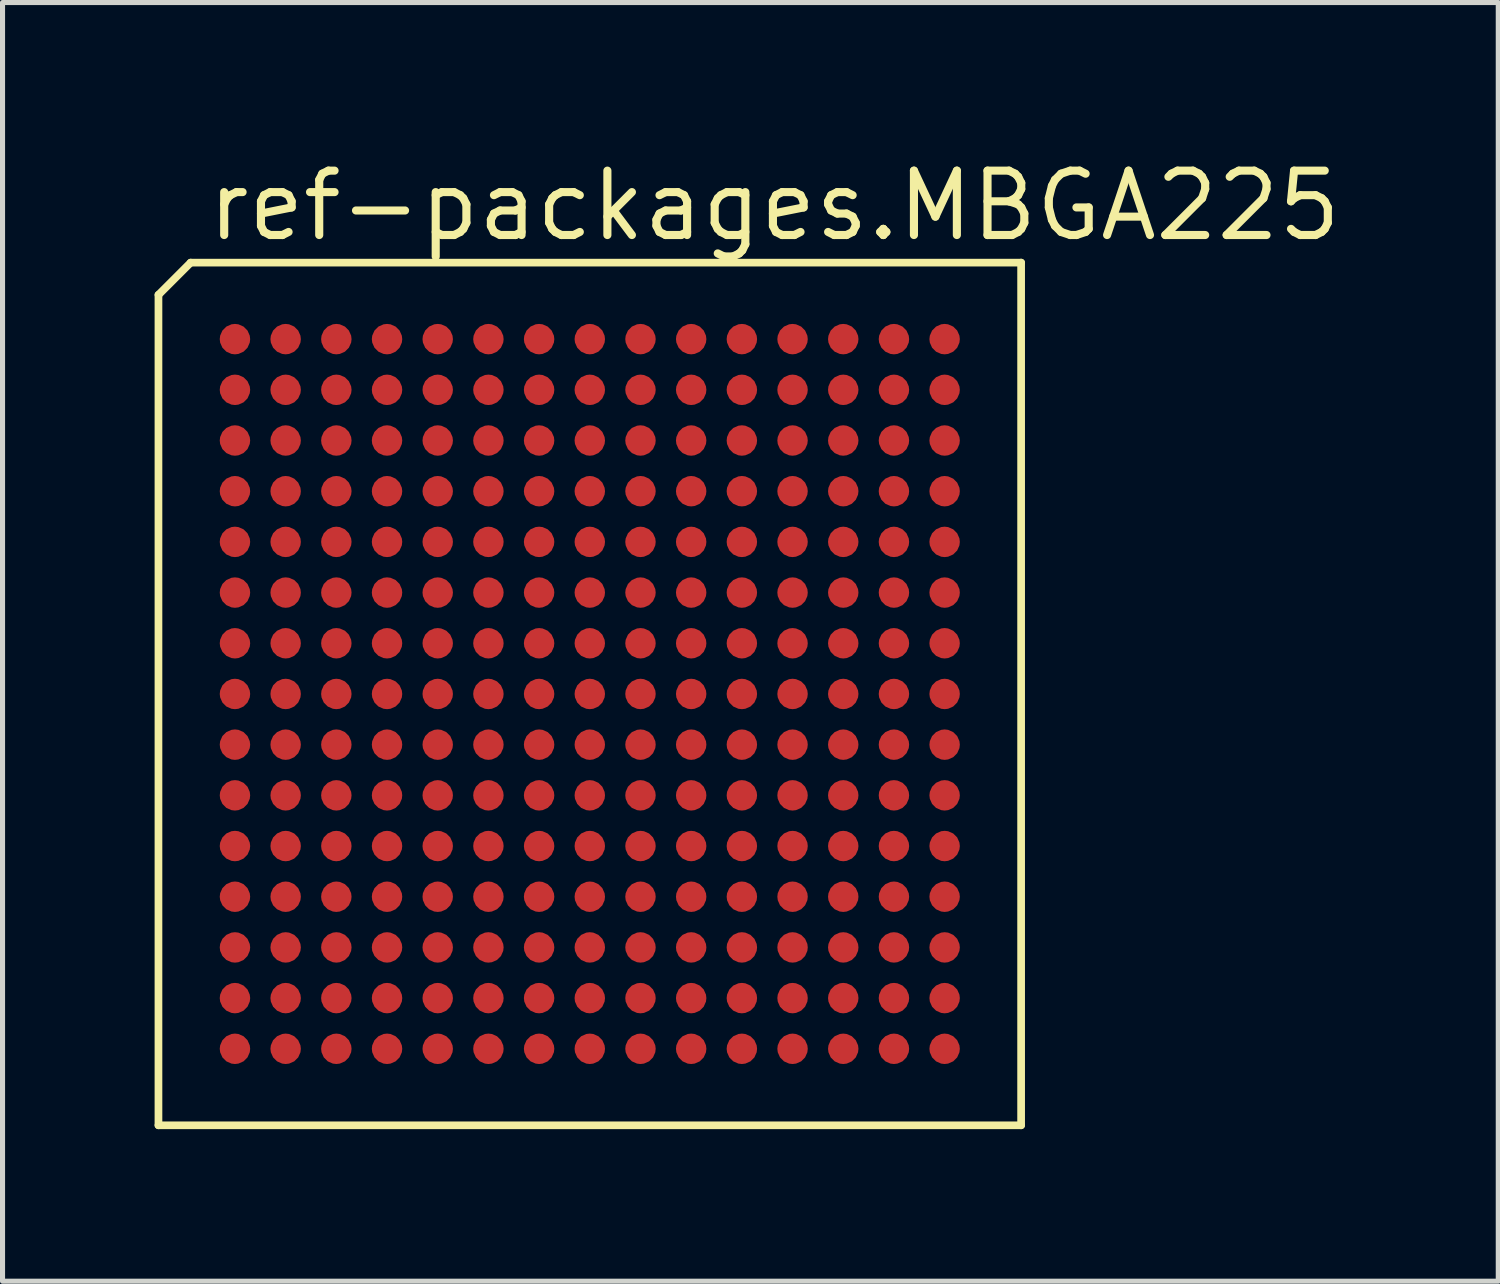
<source format=kicad_pcb>
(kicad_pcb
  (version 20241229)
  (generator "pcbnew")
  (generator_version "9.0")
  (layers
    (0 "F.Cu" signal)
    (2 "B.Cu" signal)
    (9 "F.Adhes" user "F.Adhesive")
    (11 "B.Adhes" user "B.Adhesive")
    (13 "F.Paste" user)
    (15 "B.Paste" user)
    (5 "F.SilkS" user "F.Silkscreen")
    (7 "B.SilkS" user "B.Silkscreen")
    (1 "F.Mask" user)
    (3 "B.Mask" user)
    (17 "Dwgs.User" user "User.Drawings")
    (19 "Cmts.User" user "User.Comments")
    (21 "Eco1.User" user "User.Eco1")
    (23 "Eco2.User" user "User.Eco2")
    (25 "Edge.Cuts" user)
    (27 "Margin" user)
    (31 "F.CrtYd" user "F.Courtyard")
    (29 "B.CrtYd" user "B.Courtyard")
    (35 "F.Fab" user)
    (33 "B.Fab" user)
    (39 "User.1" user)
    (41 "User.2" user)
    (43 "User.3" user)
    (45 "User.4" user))
  (footprint "ref-packages.MBGA225"
    (layer "F.Cu")
    (at 8.585 10.64)
    (property "Reference" "ref-packages.MBGA225" (at -7.62 -8.89 0) (layer "F.SilkS") (effects (font (size 1.27 1.27) (thickness 0.16)) (justify left bottom)))
    (attr smd)
    (fp_line (start -8.509 -7.874) (end -7.874 -8.509) (stroke (width 0.152) (type default)) (layer "F.SilkS"))
    (fp_line (start -8.509 8.509) (end -8.509 -7.874) (stroke (width 0.152) (type default)) (layer "F.SilkS"))
    (fp_line (start -7.874 -8.509) (end 8.509 -8.509) (stroke (width 0.152) (type default)) (layer "F.SilkS"))
    (fp_line (start 8.509 -8.509) (end 8.509 8.509) (stroke (width 0.152) (type default)) (layer "F.SilkS"))
    (fp_line (start 8.509 8.509) (end -8.509 8.509) (stroke (width 0.152) (type default)) (layer "F.SilkS"))
    (pad "A1" smd roundrect (at -7 -7) (size 0.6 0.6) (layers "F.Cu" "F.Mask" "F.Paste") (roundrect_rratio 0.5))
    (pad "A2" smd roundrect (at -6 -7) (size 0.6 0.6) (layers "F.Cu" "F.Mask" "F.Paste") (roundrect_rratio 0.5))
    (pad "A3" smd roundrect (at -5 -7) (size 0.6 0.6) (layers "F.Cu" "F.Mask" "F.Paste") (roundrect_rratio 0.5))
    (pad "A4" smd roundrect (at -4 -7) (size 0.6 0.6) (layers "F.Cu" "F.Mask" "F.Paste") (roundrect_rratio 0.5))
    (pad "A5" smd roundrect (at -3 -7) (size 0.6 0.6) (layers "F.Cu" "F.Mask" "F.Paste") (roundrect_rratio 0.5))
    (pad "A6" smd roundrect (at -2 -7) (size 0.6 0.6) (layers "F.Cu" "F.Mask" "F.Paste") (roundrect_rratio 0.5))
    (pad "A7" smd roundrect (at -1 -7) (size 0.6 0.6) (layers "F.Cu" "F.Mask" "F.Paste") (roundrect_rratio 0.5))
    (pad "A8" smd roundrect (at 0 -7) (size 0.6 0.6) (layers "F.Cu" "F.Mask" "F.Paste") (roundrect_rratio 0.5))
    (pad "A9" smd roundrect (at 1 -7) (size 0.6 0.6) (layers "F.Cu" "F.Mask" "F.Paste") (roundrect_rratio 0.5))
    (pad "A10" smd roundrect (at 2 -7) (size 0.6 0.6) (layers "F.Cu" "F.Mask" "F.Paste") (roundrect_rratio 0.5))
    (pad "A11" smd roundrect (at 3 -7) (size 0.6 0.6) (layers "F.Cu" "F.Mask" "F.Paste") (roundrect_rratio 0.5))
    (pad "A12" smd roundrect (at 4 -7) (size 0.6 0.6) (layers "F.Cu" "F.Mask" "F.Paste") (roundrect_rratio 0.5))
    (pad "A13" smd roundrect (at 5 -7) (size 0.6 0.6) (layers "F.Cu" "F.Mask" "F.Paste") (roundrect_rratio 0.5))
    (pad "A14" smd roundrect (at 6 -7) (size 0.6 0.6) (layers "F.Cu" "F.Mask" "F.Paste") (roundrect_rratio 0.5))
    (pad "A15" smd roundrect (at 7 -7) (size 0.6 0.6) (layers "F.Cu" "F.Mask" "F.Paste") (roundrect_rratio 0.5))
    (pad "B1" smd roundrect (at -7 -6) (size 0.6 0.6) (layers "F.Cu" "F.Mask" "F.Paste") (roundrect_rratio 0.5))
    (pad "B2" smd roundrect (at -6 -6) (size 0.6 0.6) (layers "F.Cu" "F.Mask" "F.Paste") (roundrect_rratio 0.5))
    (pad "B3" smd roundrect (at -5 -6) (size 0.6 0.6) (layers "F.Cu" "F.Mask" "F.Paste") (roundrect_rratio 0.5))
    (pad "B4" smd roundrect (at -4 -6) (size 0.6 0.6) (layers "F.Cu" "F.Mask" "F.Paste") (roundrect_rratio 0.5))
    (pad "B5" smd roundrect (at -3 -6) (size 0.6 0.6) (layers "F.Cu" "F.Mask" "F.Paste") (roundrect_rratio 0.5))
    (pad "B6" smd roundrect (at -2 -6) (size 0.6 0.6) (layers "F.Cu" "F.Mask" "F.Paste") (roundrect_rratio 0.5))
    (pad "B7" smd roundrect (at -1 -6) (size 0.6 0.6) (layers "F.Cu" "F.Mask" "F.Paste") (roundrect_rratio 0.5))
    (pad "B8" smd roundrect (at 0 -6) (size 0.6 0.6) (layers "F.Cu" "F.Mask" "F.Paste") (roundrect_rratio 0.5))
    (pad "B9" smd roundrect (at 1 -6) (size 0.6 0.6) (layers "F.Cu" "F.Mask" "F.Paste") (roundrect_rratio 0.5))
    (pad "B10" smd roundrect (at 2 -6) (size 0.6 0.6) (layers "F.Cu" "F.Mask" "F.Paste") (roundrect_rratio 0.5))
    (pad "B11" smd roundrect (at 3 -6) (size 0.6 0.6) (layers "F.Cu" "F.Mask" "F.Paste") (roundrect_rratio 0.5))
    (pad "B12" smd roundrect (at 4 -6) (size 0.6 0.6) (layers "F.Cu" "F.Mask" "F.Paste") (roundrect_rratio 0.5))
    (pad "B13" smd roundrect (at 5 -6) (size 0.6 0.6) (layers "F.Cu" "F.Mask" "F.Paste") (roundrect_rratio 0.5))
    (pad "B14" smd roundrect (at 6 -6) (size 0.6 0.6) (layers "F.Cu" "F.Mask" "F.Paste") (roundrect_rratio 0.5))
    (pad "B15" smd roundrect (at 7 -6) (size 0.6 0.6) (layers "F.Cu" "F.Mask" "F.Paste") (roundrect_rratio 0.5))
    (pad "C1" smd roundrect (at -7 -5) (size 0.6 0.6) (layers "F.Cu" "F.Mask" "F.Paste") (roundrect_rratio 0.5))
    (pad "C2" smd roundrect (at -6 -5) (size 0.6 0.6) (layers "F.Cu" "F.Mask" "F.Paste") (roundrect_rratio 0.5))
    (pad "C3" smd roundrect (at -5 -5) (size 0.6 0.6) (layers "F.Cu" "F.Mask" "F.Paste") (roundrect_rratio 0.5))
    (pad "C4" smd roundrect (at -4 -5) (size 0.6 0.6) (layers "F.Cu" "F.Mask" "F.Paste") (roundrect_rratio 0.5))
    (pad "C5" smd roundrect (at -3 -5) (size 0.6 0.6) (layers "F.Cu" "F.Mask" "F.Paste") (roundrect_rratio 0.5))
    (pad "C6" smd roundrect (at -2 -5) (size 0.6 0.6) (layers "F.Cu" "F.Mask" "F.Paste") (roundrect_rratio 0.5))
    (pad "C7" smd roundrect (at -1 -5) (size 0.6 0.6) (layers "F.Cu" "F.Mask" "F.Paste") (roundrect_rratio 0.5))
    (pad "C8" smd roundrect (at 0 -5) (size 0.6 0.6) (layers "F.Cu" "F.Mask" "F.Paste") (roundrect_rratio 0.5))
    (pad "C9" smd roundrect (at 1 -5) (size 0.6 0.6) (layers "F.Cu" "F.Mask" "F.Paste") (roundrect_rratio 0.5))
    (pad "C10" smd roundrect (at 2 -5) (size 0.6 0.6) (layers "F.Cu" "F.Mask" "F.Paste") (roundrect_rratio 0.5))
    (pad "C11" smd roundrect (at 3 -5) (size 0.6 0.6) (layers "F.Cu" "F.Mask" "F.Paste") (roundrect_rratio 0.5))
    (pad "C12" smd roundrect (at 4 -5) (size 0.6 0.6) (layers "F.Cu" "F.Mask" "F.Paste") (roundrect_rratio 0.5))
    (pad "C13" smd roundrect (at 5 -5) (size 0.6 0.6) (layers "F.Cu" "F.Mask" "F.Paste") (roundrect_rratio 0.5))
    (pad "C14" smd roundrect (at 6 -5) (size 0.6 0.6) (layers "F.Cu" "F.Mask" "F.Paste") (roundrect_rratio 0.5))
    (pad "C15" smd roundrect (at 7 -5) (size 0.6 0.6) (layers "F.Cu" "F.Mask" "F.Paste") (roundrect_rratio 0.5))
    (pad "D1" smd roundrect (at -7 -4) (size 0.6 0.6) (layers "F.Cu" "F.Mask" "F.Paste") (roundrect_rratio 0.5))
    (pad "D2" smd roundrect (at -6 -4) (size 0.6 0.6) (layers "F.Cu" "F.Mask" "F.Paste") (roundrect_rratio 0.5))
    (pad "D3" smd roundrect (at -5 -4) (size 0.6 0.6) (layers "F.Cu" "F.Mask" "F.Paste") (roundrect_rratio 0.5))
    (pad "D4" smd roundrect (at -4 -4) (size 0.6 0.6) (layers "F.Cu" "F.Mask" "F.Paste") (roundrect_rratio 0.5))
    (pad "D5" smd roundrect (at -3 -4) (size 0.6 0.6) (layers "F.Cu" "F.Mask" "F.Paste") (roundrect_rratio 0.5))
    (pad "D6" smd roundrect (at -2 -4) (size 0.6 0.6) (layers "F.Cu" "F.Mask" "F.Paste") (roundrect_rratio 0.5))
    (pad "D7" smd roundrect (at -1 -4) (size 0.6 0.6) (layers "F.Cu" "F.Mask" "F.Paste") (roundrect_rratio 0.5))
    (pad "D8" smd roundrect (at 0 -4) (size 0.6 0.6) (layers "F.Cu" "F.Mask" "F.Paste") (roundrect_rratio 0.5))
    (pad "D9" smd roundrect (at 1 -4) (size 0.6 0.6) (layers "F.Cu" "F.Mask" "F.Paste") (roundrect_rratio 0.5))
    (pad "D10" smd roundrect (at 2 -4) (size 0.6 0.6) (layers "F.Cu" "F.Mask" "F.Paste") (roundrect_rratio 0.5))
    (pad "D11" smd roundrect (at 3 -4) (size 0.6 0.6) (layers "F.Cu" "F.Mask" "F.Paste") (roundrect_rratio 0.5))
    (pad "D12" smd roundrect (at 4 -4) (size 0.6 0.6) (layers "F.Cu" "F.Mask" "F.Paste") (roundrect_rratio 0.5))
    (pad "D13" smd roundrect (at 5 -4) (size 0.6 0.6) (layers "F.Cu" "F.Mask" "F.Paste") (roundrect_rratio 0.5))
    (pad "D14" smd roundrect (at 6 -4) (size 0.6 0.6) (layers "F.Cu" "F.Mask" "F.Paste") (roundrect_rratio 0.5))
    (pad "D15" smd roundrect (at 7 -4) (size 0.6 0.6) (layers "F.Cu" "F.Mask" "F.Paste") (roundrect_rratio 0.5))
    (pad "E1" smd roundrect (at -7 -3) (size 0.6 0.6) (layers "F.Cu" "F.Mask" "F.Paste") (roundrect_rratio 0.5))
    (pad "E2" smd roundrect (at -6 -3) (size 0.6 0.6) (layers "F.Cu" "F.Mask" "F.Paste") (roundrect_rratio 0.5))
    (pad "E3" smd roundrect (at -5 -3) (size 0.6 0.6) (layers "F.Cu" "F.Mask" "F.Paste") (roundrect_rratio 0.5))
    (pad "E4" smd roundrect (at -4 -3) (size 0.6 0.6) (layers "F.Cu" "F.Mask" "F.Paste") (roundrect_rratio 0.5))
    (pad "E5" smd roundrect (at -3 -3) (size 0.6 0.6) (layers "F.Cu" "F.Mask" "F.Paste") (roundrect_rratio 0.5))
    (pad "E6" smd roundrect (at -2 -3) (size 0.6 0.6) (layers "F.Cu" "F.Mask" "F.Paste") (roundrect_rratio 0.5))
    (pad "E7" smd roundrect (at -1 -3) (size 0.6 0.6) (layers "F.Cu" "F.Mask" "F.Paste") (roundrect_rratio 0.5))
    (pad "E8" smd roundrect (at 0 -3) (size 0.6 0.6) (layers "F.Cu" "F.Mask" "F.Paste") (roundrect_rratio 0.5))
    (pad "E9" smd roundrect (at 1 -3) (size 0.6 0.6) (layers "F.Cu" "F.Mask" "F.Paste") (roundrect_rratio 0.5))
    (pad "E10" smd roundrect (at 2 -3) (size 0.6 0.6) (layers "F.Cu" "F.Mask" "F.Paste") (roundrect_rratio 0.5))
    (pad "E11" smd roundrect (at 3 -3) (size 0.6 0.6) (layers "F.Cu" "F.Mask" "F.Paste") (roundrect_rratio 0.5))
    (pad "E12" smd roundrect (at 4 -3) (size 0.6 0.6) (layers "F.Cu" "F.Mask" "F.Paste") (roundrect_rratio 0.5))
    (pad "E13" smd roundrect (at 5 -3) (size 0.6 0.6) (layers "F.Cu" "F.Mask" "F.Paste") (roundrect_rratio 0.5))
    (pad "E14" smd roundrect (at 6 -3) (size 0.6 0.6) (layers "F.Cu" "F.Mask" "F.Paste") (roundrect_rratio 0.5))
    (pad "E15" smd roundrect (at 7 -3) (size 0.6 0.6) (layers "F.Cu" "F.Mask" "F.Paste") (roundrect_rratio 0.5))
    (pad "F1" smd roundrect (at -7 -2) (size 0.6 0.6) (layers "F.Cu" "F.Mask" "F.Paste") (roundrect_rratio 0.5))
    (pad "F2" smd roundrect (at -6 -2) (size 0.6 0.6) (layers "F.Cu" "F.Mask" "F.Paste") (roundrect_rratio 0.5))
    (pad "F3" smd roundrect (at -5 -2) (size 0.6 0.6) (layers "F.Cu" "F.Mask" "F.Paste") (roundrect_rratio 0.5))
    (pad "F4" smd roundrect (at -4 -2) (size 0.6 0.6) (layers "F.Cu" "F.Mask" "F.Paste") (roundrect_rratio 0.5))
    (pad "F5" smd roundrect (at -3 -2) (size 0.6 0.6) (layers "F.Cu" "F.Mask" "F.Paste") (roundrect_rratio 0.5))
    (pad "F6" smd roundrect (at -2 -2) (size 0.6 0.6) (layers "F.Cu" "F.Mask" "F.Paste") (roundrect_rratio 0.5))
    (pad "F7" smd roundrect (at -1 -2) (size 0.6 0.6) (layers "F.Cu" "F.Mask" "F.Paste") (roundrect_rratio 0.5))
    (pad "F8" smd roundrect (at 0 -2) (size 0.6 0.6) (layers "F.Cu" "F.Mask" "F.Paste") (roundrect_rratio 0.5))
    (pad "F9" smd roundrect (at 1 -2) (size 0.6 0.6) (layers "F.Cu" "F.Mask" "F.Paste") (roundrect_rratio 0.5))
    (pad "F10" smd roundrect (at 2 -2) (size 0.6 0.6) (layers "F.Cu" "F.Mask" "F.Paste") (roundrect_rratio 0.5))
    (pad "F11" smd roundrect (at 3 -2) (size 0.6 0.6) (layers "F.Cu" "F.Mask" "F.Paste") (roundrect_rratio 0.5))
    (pad "F12" smd roundrect (at 4 -2) (size 0.6 0.6) (layers "F.Cu" "F.Mask" "F.Paste") (roundrect_rratio 0.5))
    (pad "F13" smd roundrect (at 5 -2) (size 0.6 0.6) (layers "F.Cu" "F.Mask" "F.Paste") (roundrect_rratio 0.5))
    (pad "F14" smd roundrect (at 6 -2) (size 0.6 0.6) (layers "F.Cu" "F.Mask" "F.Paste") (roundrect_rratio 0.5))
    (pad "F15" smd roundrect (at 7 -2) (size 0.6 0.6) (layers "F.Cu" "F.Mask" "F.Paste") (roundrect_rratio 0.5))
    (pad "G1" smd roundrect (at -7 -1) (size 0.6 0.6) (layers "F.Cu" "F.Mask" "F.Paste") (roundrect_rratio 0.5))
    (pad "G2" smd roundrect (at -6 -1) (size 0.6 0.6) (layers "F.Cu" "F.Mask" "F.Paste") (roundrect_rratio 0.5))
    (pad "G3" smd roundrect (at -5 -1) (size 0.6 0.6) (layers "F.Cu" "F.Mask" "F.Paste") (roundrect_rratio 0.5))
    (pad "G4" smd roundrect (at -4 -1) (size 0.6 0.6) (layers "F.Cu" "F.Mask" "F.Paste") (roundrect_rratio 0.5))
    (pad "G5" smd roundrect (at -3 -1) (size 0.6 0.6) (layers "F.Cu" "F.Mask" "F.Paste") (roundrect_rratio 0.5))
    (pad "G6" smd roundrect (at -2 -1) (size 0.6 0.6) (layers "F.Cu" "F.Mask" "F.Paste") (roundrect_rratio 0.5))
    (pad "G7" smd roundrect (at -1 -1) (size 0.6 0.6) (layers "F.Cu" "F.Mask" "F.Paste") (roundrect_rratio 0.5))
    (pad "G8" smd roundrect (at 0 -1) (size 0.6 0.6) (layers "F.Cu" "F.Mask" "F.Paste") (roundrect_rratio 0.5))
    (pad "G9" smd roundrect (at 1 -1) (size 0.6 0.6) (layers "F.Cu" "F.Mask" "F.Paste") (roundrect_rratio 0.5))
    (pad "G10" smd roundrect (at 2 -1) (size 0.6 0.6) (layers "F.Cu" "F.Mask" "F.Paste") (roundrect_rratio 0.5))
    (pad "G11" smd roundrect (at 3 -1) (size 0.6 0.6) (layers "F.Cu" "F.Mask" "F.Paste") (roundrect_rratio 0.5))
    (pad "G12" smd roundrect (at 4 -1) (size 0.6 0.6) (layers "F.Cu" "F.Mask" "F.Paste") (roundrect_rratio 0.5))
    (pad "G13" smd roundrect (at 5 -1) (size 0.6 0.6) (layers "F.Cu" "F.Mask" "F.Paste") (roundrect_rratio 0.5))
    (pad "G14" smd roundrect (at 6 -1) (size 0.6 0.6) (layers "F.Cu" "F.Mask" "F.Paste") (roundrect_rratio 0.5))
    (pad "G15" smd roundrect (at 7 -1) (size 0.6 0.6) (layers "F.Cu" "F.Mask" "F.Paste") (roundrect_rratio 0.5))
    (pad "H1" smd roundrect (at -7 0) (size 0.6 0.6) (layers "F.Cu" "F.Mask" "F.Paste") (roundrect_rratio 0.5))
    (pad "H2" smd roundrect (at -6 0) (size 0.6 0.6) (layers "F.Cu" "F.Mask" "F.Paste") (roundrect_rratio 0.5))
    (pad "H3" smd roundrect (at -5 0) (size 0.6 0.6) (layers "F.Cu" "F.Mask" "F.Paste") (roundrect_rratio 0.5))
    (pad "H4" smd roundrect (at -4 0) (size 0.6 0.6) (layers "F.Cu" "F.Mask" "F.Paste") (roundrect_rratio 0.5))
    (pad "H5" smd roundrect (at -3 0) (size 0.6 0.6) (layers "F.Cu" "F.Mask" "F.Paste") (roundrect_rratio 0.5))
    (pad "H6" smd roundrect (at -2 0) (size 0.6 0.6) (layers "F.Cu" "F.Mask" "F.Paste") (roundrect_rratio 0.5))
    (pad "H7" smd roundrect (at -1 0) (size 0.6 0.6) (layers "F.Cu" "F.Mask" "F.Paste") (roundrect_rratio 0.5))
    (pad "H8" smd roundrect (at 0 0) (size 0.6 0.6) (layers "F.Cu" "F.Mask" "F.Paste") (roundrect_rratio 0.5))
    (pad "H9" smd roundrect (at 1 0) (size 0.6 0.6) (layers "F.Cu" "F.Mask" "F.Paste") (roundrect_rratio 0.5))
    (pad "H10" smd roundrect (at 2 0) (size 0.6 0.6) (layers "F.Cu" "F.Mask" "F.Paste") (roundrect_rratio 0.5))
    (pad "H11" smd roundrect (at 3 0) (size 0.6 0.6) (layers "F.Cu" "F.Mask" "F.Paste") (roundrect_rratio 0.5))
    (pad "H12" smd roundrect (at 4 0) (size 0.6 0.6) (layers "F.Cu" "F.Mask" "F.Paste") (roundrect_rratio 0.5))
    (pad "H13" smd roundrect (at 5 0) (size 0.6 0.6) (layers "F.Cu" "F.Mask" "F.Paste") (roundrect_rratio 0.5))
    (pad "H14" smd roundrect (at 6 0) (size 0.6 0.6) (layers "F.Cu" "F.Mask" "F.Paste") (roundrect_rratio 0.5))
    (pad "H15" smd roundrect (at 7 0) (size 0.6 0.6) (layers "F.Cu" "F.Mask" "F.Paste") (roundrect_rratio 0.5))
    (pad "J1" smd roundrect (at -7 1) (size 0.6 0.6) (layers "F.Cu" "F.Mask" "F.Paste") (roundrect_rratio 0.5))
    (pad "J2" smd roundrect (at -6 1) (size 0.6 0.6) (layers "F.Cu" "F.Mask" "F.Paste") (roundrect_rratio 0.5))
    (pad "J3" smd roundrect (at -5 1) (size 0.6 0.6) (layers "F.Cu" "F.Mask" "F.Paste") (roundrect_rratio 0.5))
    (pad "J4" smd roundrect (at -4 1) (size 0.6 0.6) (layers "F.Cu" "F.Mask" "F.Paste") (roundrect_rratio 0.5))
    (pad "J5" smd roundrect (at -3 1) (size 0.6 0.6) (layers "F.Cu" "F.Mask" "F.Paste") (roundrect_rratio 0.5))
    (pad "J6" smd roundrect (at -2 1) (size 0.6 0.6) (layers "F.Cu" "F.Mask" "F.Paste") (roundrect_rratio 0.5))
    (pad "J7" smd roundrect (at -1 1) (size 0.6 0.6) (layers "F.Cu" "F.Mask" "F.Paste") (roundrect_rratio 0.5))
    (pad "J8" smd roundrect (at 0 1) (size 0.6 0.6) (layers "F.Cu" "F.Mask" "F.Paste") (roundrect_rratio 0.5))
    (pad "J9" smd roundrect (at 1 1) (size 0.6 0.6) (layers "F.Cu" "F.Mask" "F.Paste") (roundrect_rratio 0.5))
    (pad "J10" smd roundrect (at 2 1) (size 0.6 0.6) (layers "F.Cu" "F.Mask" "F.Paste") (roundrect_rratio 0.5))
    (pad "J11" smd roundrect (at 3 1) (size 0.6 0.6) (layers "F.Cu" "F.Mask" "F.Paste") (roundrect_rratio 0.5))
    (pad "J12" smd roundrect (at 4 1) (size 0.6 0.6) (layers "F.Cu" "F.Mask" "F.Paste") (roundrect_rratio 0.5))
    (pad "J13" smd roundrect (at 5 1) (size 0.6 0.6) (layers "F.Cu" "F.Mask" "F.Paste") (roundrect_rratio 0.5))
    (pad "J14" smd roundrect (at 6 1) (size 0.6 0.6) (layers "F.Cu" "F.Mask" "F.Paste") (roundrect_rratio 0.5))
    (pad "J15" smd roundrect (at 7 1) (size 0.6 0.6) (layers "F.Cu" "F.Mask" "F.Paste") (roundrect_rratio 0.5))
    (pad "K1" smd roundrect (at -7 2) (size 0.6 0.6) (layers "F.Cu" "F.Mask" "F.Paste") (roundrect_rratio 0.5))
    (pad "K2" smd roundrect (at -6 2) (size 0.6 0.6) (layers "F.Cu" "F.Mask" "F.Paste") (roundrect_rratio 0.5))
    (pad "K3" smd roundrect (at -5 2) (size 0.6 0.6) (layers "F.Cu" "F.Mask" "F.Paste") (roundrect_rratio 0.5))
    (pad "K4" smd roundrect (at -4 2) (size 0.6 0.6) (layers "F.Cu" "F.Mask" "F.Paste") (roundrect_rratio 0.5))
    (pad "K5" smd roundrect (at -3 2) (size 0.6 0.6) (layers "F.Cu" "F.Mask" "F.Paste") (roundrect_rratio 0.5))
    (pad "K6" smd roundrect (at -2 2) (size 0.6 0.6) (layers "F.Cu" "F.Mask" "F.Paste") (roundrect_rratio 0.5))
    (pad "K7" smd roundrect (at -1 2) (size 0.6 0.6) (layers "F.Cu" "F.Mask" "F.Paste") (roundrect_rratio 0.5))
    (pad "K8" smd roundrect (at 0 2) (size 0.6 0.6) (layers "F.Cu" "F.Mask" "F.Paste") (roundrect_rratio 0.5))
    (pad "K9" smd roundrect (at 1 2) (size 0.6 0.6) (layers "F.Cu" "F.Mask" "F.Paste") (roundrect_rratio 0.5))
    (pad "K10" smd roundrect (at 2 2) (size 0.6 0.6) (layers "F.Cu" "F.Mask" "F.Paste") (roundrect_rratio 0.5))
    (pad "K11" smd roundrect (at 3 2) (size 0.6 0.6) (layers "F.Cu" "F.Mask" "F.Paste") (roundrect_rratio 0.5))
    (pad "K12" smd roundrect (at 4 2) (size 0.6 0.6) (layers "F.Cu" "F.Mask" "F.Paste") (roundrect_rratio 0.5))
    (pad "K13" smd roundrect (at 5 2) (size 0.6 0.6) (layers "F.Cu" "F.Mask" "F.Paste") (roundrect_rratio 0.5))
    (pad "K14" smd roundrect (at 6 2) (size 0.6 0.6) (layers "F.Cu" "F.Mask" "F.Paste") (roundrect_rratio 0.5))
    (pad "K15" smd roundrect (at 7 2) (size 0.6 0.6) (layers "F.Cu" "F.Mask" "F.Paste") (roundrect_rratio 0.5))
    (pad "L1" smd roundrect (at -7 3) (size 0.6 0.6) (layers "F.Cu" "F.Mask" "F.Paste") (roundrect_rratio 0.5))
    (pad "L2" smd roundrect (at -6 3) (size 0.6 0.6) (layers "F.Cu" "F.Mask" "F.Paste") (roundrect_rratio 0.5))
    (pad "L3" smd roundrect (at -5 3) (size 0.6 0.6) (layers "F.Cu" "F.Mask" "F.Paste") (roundrect_rratio 0.5))
    (pad "L4" smd roundrect (at -4 3) (size 0.6 0.6) (layers "F.Cu" "F.Mask" "F.Paste") (roundrect_rratio 0.5))
    (pad "L5" smd roundrect (at -3 3) (size 0.6 0.6) (layers "F.Cu" "F.Mask" "F.Paste") (roundrect_rratio 0.5))
    (pad "L6" smd roundrect (at -2 3) (size 0.6 0.6) (layers "F.Cu" "F.Mask" "F.Paste") (roundrect_rratio 0.5))
    (pad "L7" smd roundrect (at -1 3) (size 0.6 0.6) (layers "F.Cu" "F.Mask" "F.Paste") (roundrect_rratio 0.5))
    (pad "L8" smd roundrect (at 0 3) (size 0.6 0.6) (layers "F.Cu" "F.Mask" "F.Paste") (roundrect_rratio 0.5))
    (pad "L9" smd roundrect (at 1 3) (size 0.6 0.6) (layers "F.Cu" "F.Mask" "F.Paste") (roundrect_rratio 0.5))
    (pad "L10" smd roundrect (at 2 3) (size 0.6 0.6) (layers "F.Cu" "F.Mask" "F.Paste") (roundrect_rratio 0.5))
    (pad "L11" smd roundrect (at 3 3) (size 0.6 0.6) (layers "F.Cu" "F.Mask" "F.Paste") (roundrect_rratio 0.5))
    (pad "L12" smd roundrect (at 4 3) (size 0.6 0.6) (layers "F.Cu" "F.Mask" "F.Paste") (roundrect_rratio 0.5))
    (pad "L13" smd roundrect (at 5 3) (size 0.6 0.6) (layers "F.Cu" "F.Mask" "F.Paste") (roundrect_rratio 0.5))
    (pad "L14" smd roundrect (at 6 3) (size 0.6 0.6) (layers "F.Cu" "F.Mask" "F.Paste") (roundrect_rratio 0.5))
    (pad "L15" smd roundrect (at 7 3) (size 0.6 0.6) (layers "F.Cu" "F.Mask" "F.Paste") (roundrect_rratio 0.5))
    (pad "M1" smd roundrect (at -7 4) (size 0.6 0.6) (layers "F.Cu" "F.Mask" "F.Paste") (roundrect_rratio 0.5))
    (pad "M2" smd roundrect (at -6 4) (size 0.6 0.6) (layers "F.Cu" "F.Mask" "F.Paste") (roundrect_rratio 0.5))
    (pad "M3" smd roundrect (at -5 4) (size 0.6 0.6) (layers "F.Cu" "F.Mask" "F.Paste") (roundrect_rratio 0.5))
    (pad "M4" smd roundrect (at -4 4) (size 0.6 0.6) (layers "F.Cu" "F.Mask" "F.Paste") (roundrect_rratio 0.5))
    (pad "M5" smd roundrect (at -3 4) (size 0.6 0.6) (layers "F.Cu" "F.Mask" "F.Paste") (roundrect_rratio 0.5))
    (pad "M6" smd roundrect (at -2 4) (size 0.6 0.6) (layers "F.Cu" "F.Mask" "F.Paste") (roundrect_rratio 0.5))
    (pad "M7" smd roundrect (at -1 4) (size 0.6 0.6) (layers "F.Cu" "F.Mask" "F.Paste") (roundrect_rratio 0.5))
    (pad "M8" smd roundrect (at 0 4) (size 0.6 0.6) (layers "F.Cu" "F.Mask" "F.Paste") (roundrect_rratio 0.5))
    (pad "M9" smd roundrect (at 1 4) (size 0.6 0.6) (layers "F.Cu" "F.Mask" "F.Paste") (roundrect_rratio 0.5))
    (pad "M10" smd roundrect (at 2 4) (size 0.6 0.6) (layers "F.Cu" "F.Mask" "F.Paste") (roundrect_rratio 0.5))
    (pad "M11" smd roundrect (at 3 4) (size 0.6 0.6) (layers "F.Cu" "F.Mask" "F.Paste") (roundrect_rratio 0.5))
    (pad "M12" smd roundrect (at 4 4) (size 0.6 0.6) (layers "F.Cu" "F.Mask" "F.Paste") (roundrect_rratio 0.5))
    (pad "M13" smd roundrect (at 5 4) (size 0.6 0.6) (layers "F.Cu" "F.Mask" "F.Paste") (roundrect_rratio 0.5))
    (pad "M14" smd roundrect (at 6 4) (size 0.6 0.6) (layers "F.Cu" "F.Mask" "F.Paste") (roundrect_rratio 0.5))
    (pad "M15" smd roundrect (at 7 4) (size 0.6 0.6) (layers "F.Cu" "F.Mask" "F.Paste") (roundrect_rratio 0.5))
    (pad "N1" smd roundrect (at -7 5) (size 0.6 0.6) (layers "F.Cu" "F.Mask" "F.Paste") (roundrect_rratio 0.5))
    (pad "N2" smd roundrect (at -6 5) (size 0.6 0.6) (layers "F.Cu" "F.Mask" "F.Paste") (roundrect_rratio 0.5))
    (pad "N3" smd roundrect (at -5 5) (size 0.6 0.6) (layers "F.Cu" "F.Mask" "F.Paste") (roundrect_rratio 0.5))
    (pad "N4" smd roundrect (at -4 5) (size 0.6 0.6) (layers "F.Cu" "F.Mask" "F.Paste") (roundrect_rratio 0.5))
    (pad "N5" smd roundrect (at -3 5) (size 0.6 0.6) (layers "F.Cu" "F.Mask" "F.Paste") (roundrect_rratio 0.5))
    (pad "N6" smd roundrect (at -2 5) (size 0.6 0.6) (layers "F.Cu" "F.Mask" "F.Paste") (roundrect_rratio 0.5))
    (pad "N7" smd roundrect (at -1 5) (size 0.6 0.6) (layers "F.Cu" "F.Mask" "F.Paste") (roundrect_rratio 0.5))
    (pad "N8" smd roundrect (at 0 5) (size 0.6 0.6) (layers "F.Cu" "F.Mask" "F.Paste") (roundrect_rratio 0.5))
    (pad "N9" smd roundrect (at 1 5) (size 0.6 0.6) (layers "F.Cu" "F.Mask" "F.Paste") (roundrect_rratio 0.5))
    (pad "N10" smd roundrect (at 2 5) (size 0.6 0.6) (layers "F.Cu" "F.Mask" "F.Paste") (roundrect_rratio 0.5))
    (pad "N11" smd roundrect (at 3 5) (size 0.6 0.6) (layers "F.Cu" "F.Mask" "F.Paste") (roundrect_rratio 0.5))
    (pad "N12" smd roundrect (at 4 5) (size 0.6 0.6) (layers "F.Cu" "F.Mask" "F.Paste") (roundrect_rratio 0.5))
    (pad "N13" smd roundrect (at 5 5) (size 0.6 0.6) (layers "F.Cu" "F.Mask" "F.Paste") (roundrect_rratio 0.5))
    (pad "N14" smd roundrect (at 6 5) (size 0.6 0.6) (layers "F.Cu" "F.Mask" "F.Paste") (roundrect_rratio 0.5))
    (pad "N15" smd roundrect (at 7 5) (size 0.6 0.6) (layers "F.Cu" "F.Mask" "F.Paste") (roundrect_rratio 0.5))
    (pad "P1" smd roundrect (at -7 6) (size 0.6 0.6) (layers "F.Cu" "F.Mask" "F.Paste") (roundrect_rratio 0.5))
    (pad "P2" smd roundrect (at -6 6) (size 0.6 0.6) (layers "F.Cu" "F.Mask" "F.Paste") (roundrect_rratio 0.5))
    (pad "P3" smd roundrect (at -5 6) (size 0.6 0.6) (layers "F.Cu" "F.Mask" "F.Paste") (roundrect_rratio 0.5))
    (pad "P4" smd roundrect (at -4 6) (size 0.6 0.6) (layers "F.Cu" "F.Mask" "F.Paste") (roundrect_rratio 0.5))
    (pad "P5" smd roundrect (at -3 6) (size 0.6 0.6) (layers "F.Cu" "F.Mask" "F.Paste") (roundrect_rratio 0.5))
    (pad "P6" smd roundrect (at -2 6) (size 0.6 0.6) (layers "F.Cu" "F.Mask" "F.Paste") (roundrect_rratio 0.5))
    (pad "P7" smd roundrect (at -1 6) (size 0.6 0.6) (layers "F.Cu" "F.Mask" "F.Paste") (roundrect_rratio 0.5))
    (pad "P8" smd roundrect (at 0 6) (size 0.6 0.6) (layers "F.Cu" "F.Mask" "F.Paste") (roundrect_rratio 0.5))
    (pad "P9" smd roundrect (at 1 6) (size 0.6 0.6) (layers "F.Cu" "F.Mask" "F.Paste") (roundrect_rratio 0.5))
    (pad "P10" smd roundrect (at 2 6) (size 0.6 0.6) (layers "F.Cu" "F.Mask" "F.Paste") (roundrect_rratio 0.5))
    (pad "P11" smd roundrect (at 3 6) (size 0.6 0.6) (layers "F.Cu" "F.Mask" "F.Paste") (roundrect_rratio 0.5))
    (pad "P12" smd roundrect (at 4 6) (size 0.6 0.6) (layers "F.Cu" "F.Mask" "F.Paste") (roundrect_rratio 0.5))
    (pad "P13" smd roundrect (at 5 6) (size 0.6 0.6) (layers "F.Cu" "F.Mask" "F.Paste") (roundrect_rratio 0.5))
    (pad "P14" smd roundrect (at 6 6) (size 0.6 0.6) (layers "F.Cu" "F.Mask" "F.Paste") (roundrect_rratio 0.5))
    (pad "P15" smd roundrect (at 7 6) (size 0.6 0.6) (layers "F.Cu" "F.Mask" "F.Paste") (roundrect_rratio 0.5))
    (pad "R1" smd roundrect (at -7 7) (size 0.6 0.6) (layers "F.Cu" "F.Mask" "F.Paste") (roundrect_rratio 0.5))
    (pad "R2" smd roundrect (at -6 7) (size 0.6 0.6) (layers "F.Cu" "F.Mask" "F.Paste") (roundrect_rratio 0.5))
    (pad "R3" smd roundrect (at -5 7) (size 0.6 0.6) (layers "F.Cu" "F.Mask" "F.Paste") (roundrect_rratio 0.5))
    (pad "R4" smd roundrect (at -4 7) (size 0.6 0.6) (layers "F.Cu" "F.Mask" "F.Paste") (roundrect_rratio 0.5))
    (pad "R5" smd roundrect (at -3 7) (size 0.6 0.6) (layers "F.Cu" "F.Mask" "F.Paste") (roundrect_rratio 0.5))
    (pad "R6" smd roundrect (at -2 7) (size 0.6 0.6) (layers "F.Cu" "F.Mask" "F.Paste") (roundrect_rratio 0.5))
    (pad "R7" smd roundrect (at -1 7) (size 0.6 0.6) (layers "F.Cu" "F.Mask" "F.Paste") (roundrect_rratio 0.5))
    (pad "R8" smd roundrect (at 0 7) (size 0.6 0.6) (layers "F.Cu" "F.Mask" "F.Paste") (roundrect_rratio 0.5))
    (pad "R9" smd roundrect (at 1 7) (size 0.6 0.6) (layers "F.Cu" "F.Mask" "F.Paste") (roundrect_rratio 0.5))
    (pad "R10" smd roundrect (at 2 7) (size 0.6 0.6) (layers "F.Cu" "F.Mask" "F.Paste") (roundrect_rratio 0.5))
    (pad "R11" smd roundrect (at 3 7) (size 0.6 0.6) (layers "F.Cu" "F.Mask" "F.Paste") (roundrect_rratio 0.5))
    (pad "R12" smd roundrect (at 4 7) (size 0.6 0.6) (layers "F.Cu" "F.Mask" "F.Paste") (roundrect_rratio 0.5))
    (pad "R13" smd roundrect (at 5 7) (size 0.6 0.6) (layers "F.Cu" "F.Mask" "F.Paste") (roundrect_rratio 0.5))
    (pad "R14" smd roundrect (at 6 7) (size 0.6 0.6) (layers "F.Cu" "F.Mask" "F.Paste") (roundrect_rratio 0.5))
    (pad "R15" smd roundrect (at 7 7) (size 0.6 0.6) (layers "F.Cu" "F.Mask" "F.Paste") (roundrect_rratio 0.5)))
  (gr_rect
    (start -3 -3)
    (end 26.507 22.225)
    (stroke (width 0.1) (type default))
    (fill no)
    (layer "Edge.Cuts")))
</source>
